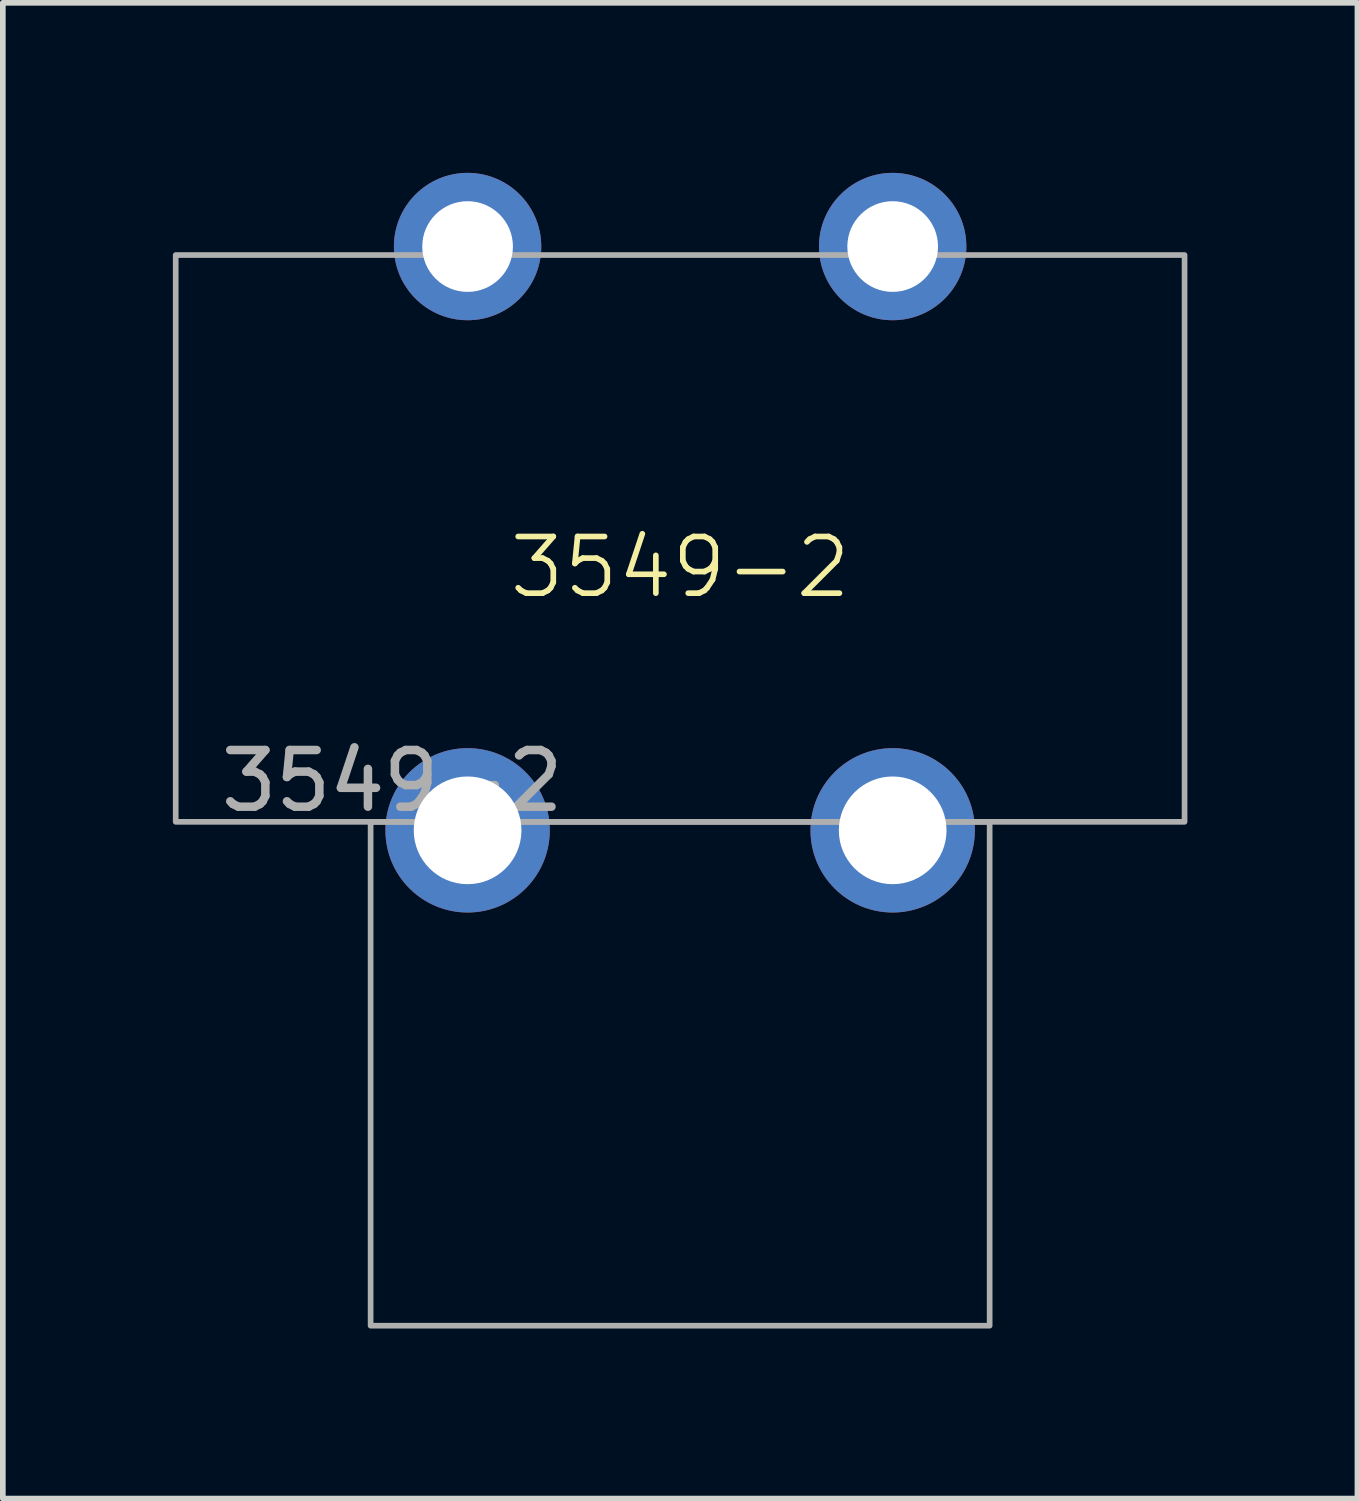
<source format=kicad_pcb>
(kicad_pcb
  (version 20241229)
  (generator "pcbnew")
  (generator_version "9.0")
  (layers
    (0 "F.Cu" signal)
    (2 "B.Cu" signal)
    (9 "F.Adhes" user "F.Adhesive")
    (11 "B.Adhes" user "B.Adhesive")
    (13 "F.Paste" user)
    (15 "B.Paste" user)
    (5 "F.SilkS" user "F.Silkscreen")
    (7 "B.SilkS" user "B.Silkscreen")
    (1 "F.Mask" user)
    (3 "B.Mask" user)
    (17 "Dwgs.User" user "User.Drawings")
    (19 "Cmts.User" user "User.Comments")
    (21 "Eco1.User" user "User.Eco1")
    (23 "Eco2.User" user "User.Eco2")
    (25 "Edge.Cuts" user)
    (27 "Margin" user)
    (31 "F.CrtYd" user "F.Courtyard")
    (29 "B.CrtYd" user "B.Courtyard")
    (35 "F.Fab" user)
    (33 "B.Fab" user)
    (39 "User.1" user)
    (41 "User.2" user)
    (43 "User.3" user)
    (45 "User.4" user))
  (footprint "3549-2"
    (layer "F.Cu")
    (at 8.95 6.45)
    (property "Reference" "3549-2" (at 0 0.508 0) (unlocked yes) (layer "F.SilkS") (effects (font (size 1 1) (thickness 0.1))))
    (attr through_hole)
    (fp_rect (start -8.9 -5) (end 8.9 5) (stroke (width 0.1) (type default)) (fill no) (layer "F.Fab"))
    (fp_rect (start -5.461 5) (end 5.461 13.89) (stroke (width 0.1) (type default)) (fill no) (layer "F.Fab"))
    (fp_text user "${REFERENCE}" (at -5.08 4.278 0) (unlocked yes) (layer "F.Fab") (effects (font (size 1 1) (thickness 0.15))))
    (pad "1" thru_hole circle (at -3.75 -5.15) (size 2.6 2.6) (drill 1.6) (layers "*.Cu" "*.Mask"))
    (pad "1" thru_hole circle (at -3.75 5.15) (size 2.9 2.9) (drill 1.9) (layers "*.Cu" "*.Mask"))
    (pad "2" thru_hole circle (at 3.75 -5.15) (size 2.6 2.6) (drill 1.6) (layers "*.Cu" "*.Mask"))
    (pad "2" thru_hole circle (at 3.75 5.15) (size 2.9 2.9) (drill 1.9) (layers "*.Cu" "*.Mask")))
  (gr_rect
    (start -3 -3)
    (end 20.9 23.39)
    (stroke (width 0.1) (type default))
    (fill no)
    (layer "Edge.Cuts")))
</source>
